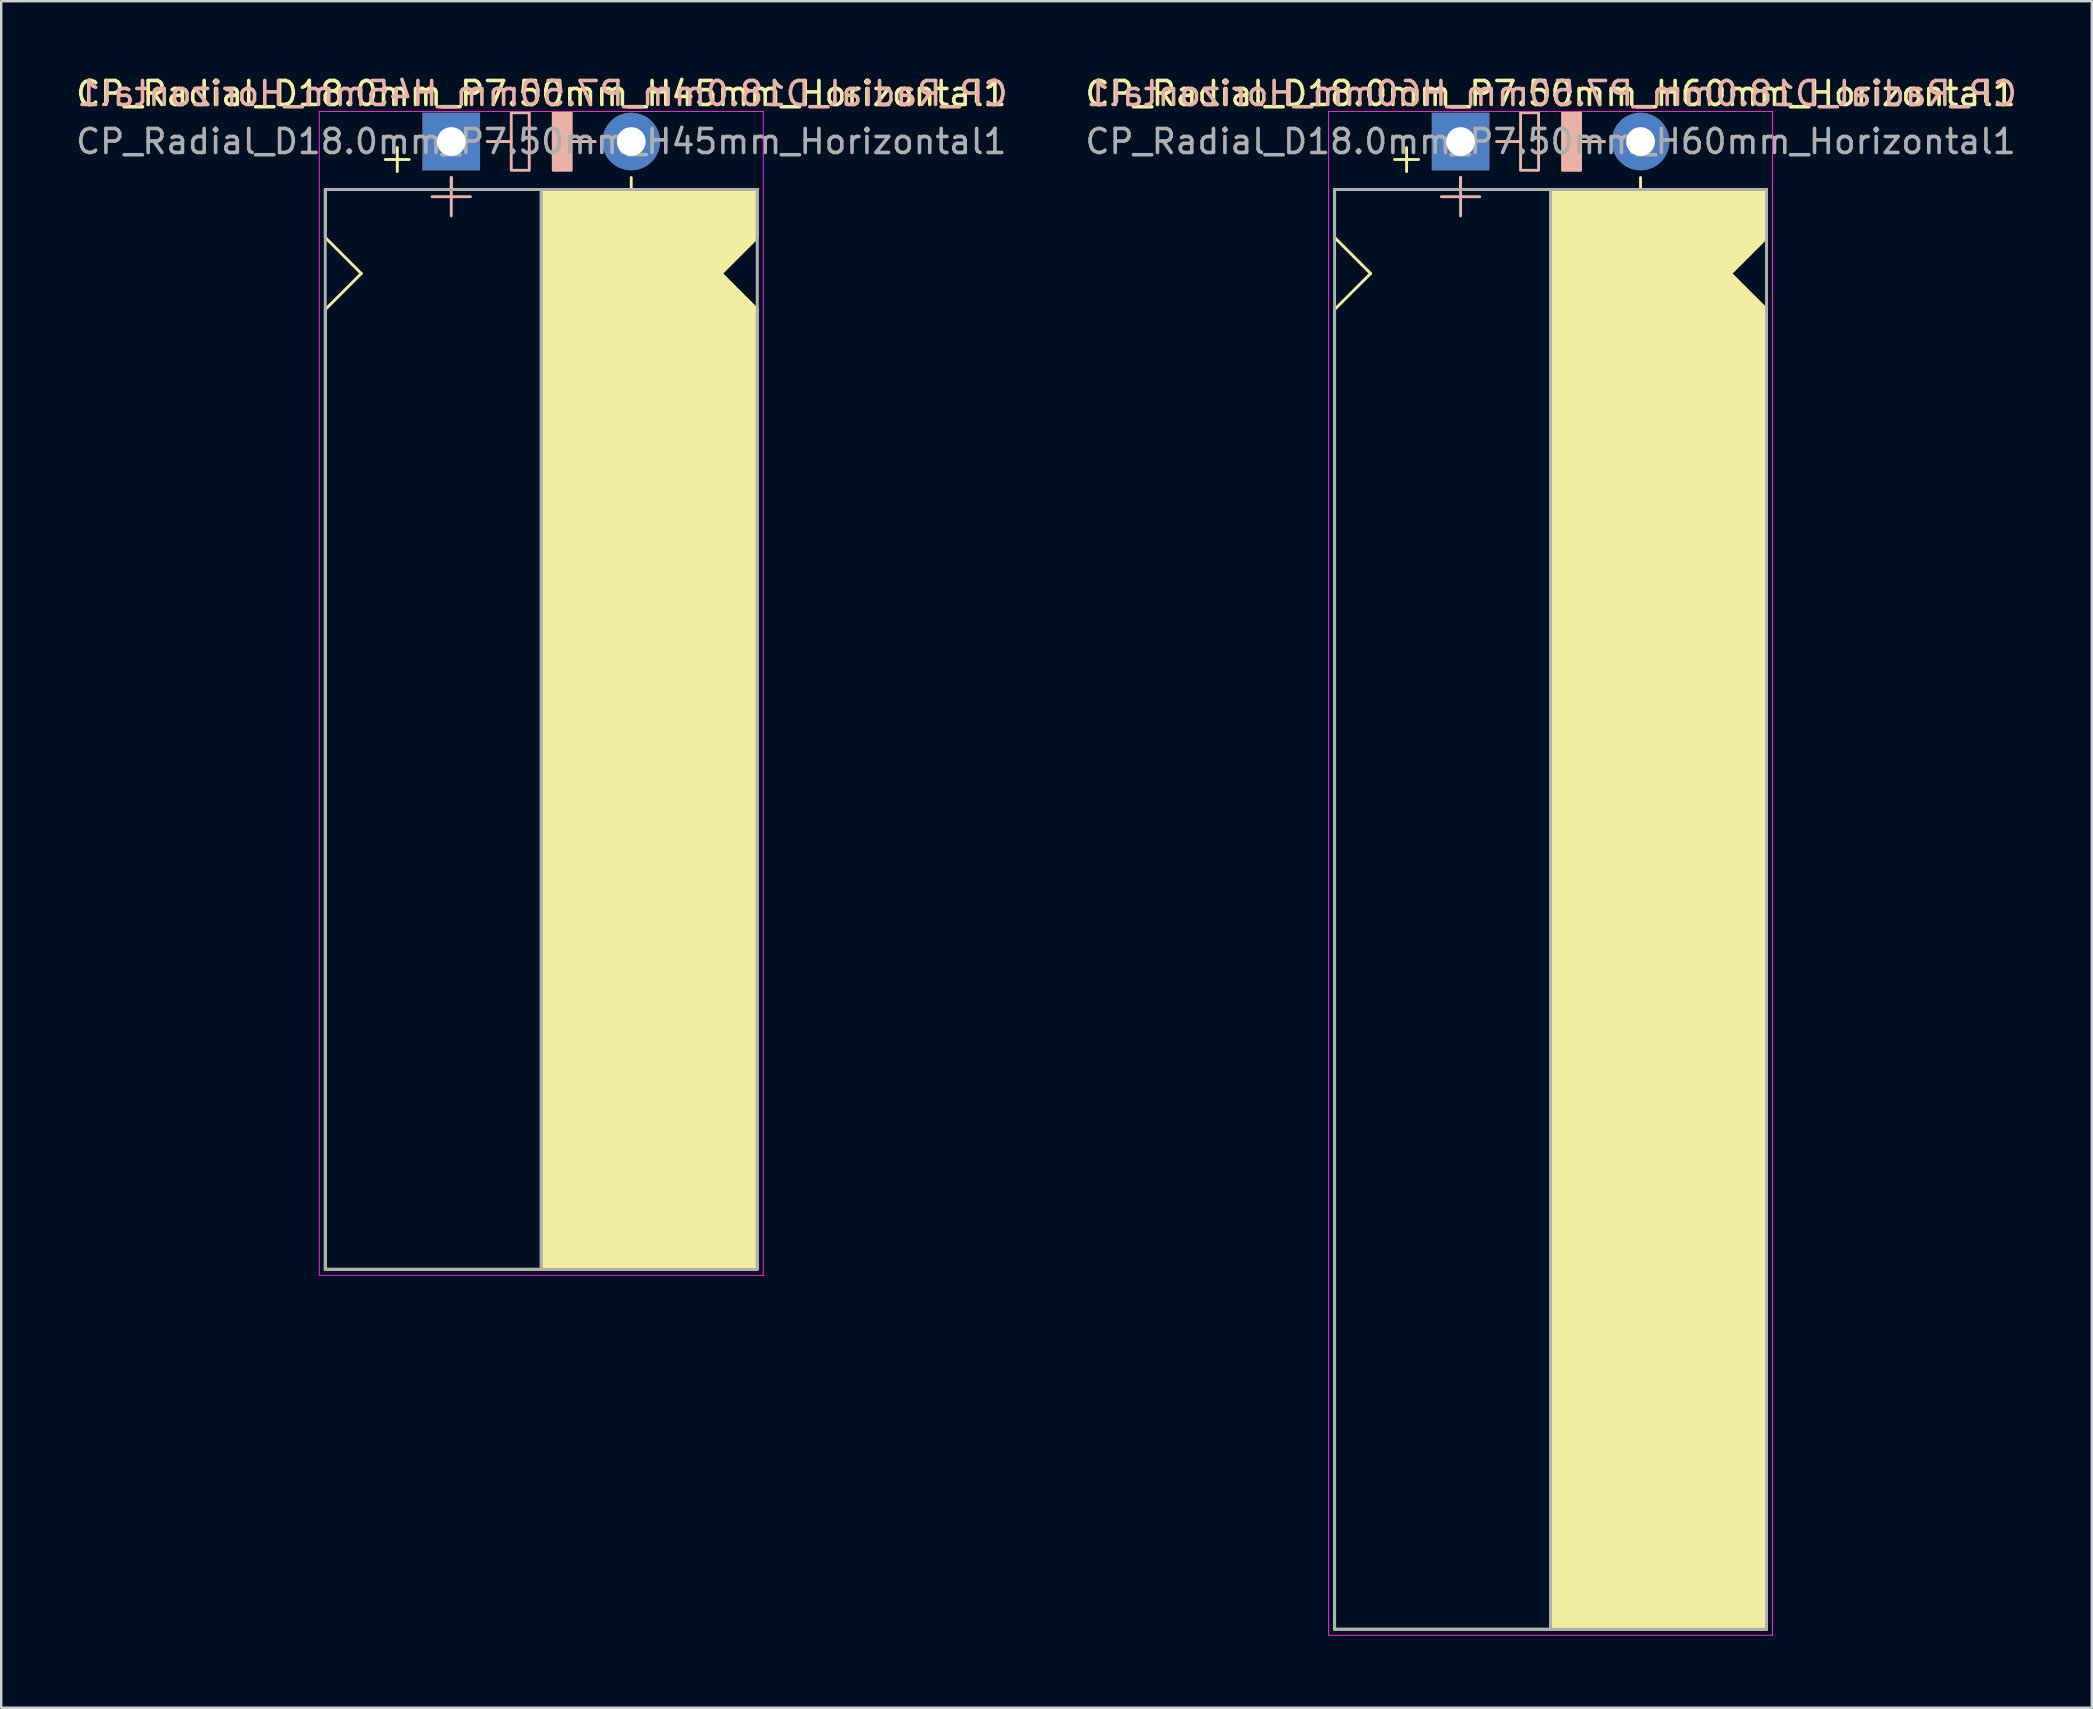
<source format=kicad_pcb>
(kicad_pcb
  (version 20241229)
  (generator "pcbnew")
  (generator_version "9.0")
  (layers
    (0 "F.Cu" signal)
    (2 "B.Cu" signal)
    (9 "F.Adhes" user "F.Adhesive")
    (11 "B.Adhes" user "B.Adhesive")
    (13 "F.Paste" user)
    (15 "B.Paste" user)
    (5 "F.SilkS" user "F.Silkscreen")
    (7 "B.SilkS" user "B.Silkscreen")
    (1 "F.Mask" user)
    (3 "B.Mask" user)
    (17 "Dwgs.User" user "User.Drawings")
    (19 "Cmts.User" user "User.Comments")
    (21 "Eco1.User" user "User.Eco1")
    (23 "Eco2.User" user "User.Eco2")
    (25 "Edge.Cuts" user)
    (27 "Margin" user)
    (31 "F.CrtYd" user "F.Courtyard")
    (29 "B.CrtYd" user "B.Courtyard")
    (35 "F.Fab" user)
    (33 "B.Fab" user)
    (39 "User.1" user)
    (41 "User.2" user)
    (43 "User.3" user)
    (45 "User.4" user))
  (footprint "CP_Radial_D18.0mm_P7.50mm_H45mm_Horizontal1"
    (layer "F.Cu")
    (at 15.756 2.848)
    (property "Reference" "CP_Radial_D18.0mm_P7.50mm_H45mm_Horizontal1" (at 3.75 -2 0) (layer "F.SilkS") (effects (font (size 1 1) (thickness 0.15))))
    (fp_line (start -5.25 2) (end -5.25 4) (stroke (width 0.12) (type solid)) (layer "F.SilkS"))
    (fp_line (start -5.25 2) (end 12.75 2) (stroke (width 0.12) (type solid)) (layer "F.SilkS"))
    (fp_line (start -5.25 4) (end -3.75 5.5) (stroke (width 0.12) (type solid)) (layer "F.SilkS"))
    (fp_line (start -5.25 7) (end -5.25 47) (stroke (width 0.12) (type solid)) (layer "F.SilkS"))
    (fp_line (start -5.25 7) (end -3.75 5.5) (stroke (width 0.12) (type solid)) (layer "F.SilkS"))
    (fp_line (start -5.25 47) (end 12.75 47) (stroke (width 0.12) (type solid)) (layer "F.SilkS"))
    (fp_line (start -2.25 0.25) (end -2.25 1.25) (stroke (width 0.12) (type solid)) (layer "F.SilkS"))
    (fp_line (start -1.75 0.75) (end -2.75 0.75) (stroke (width 0.12) (type solid)) (layer "F.SilkS"))
    (fp_line (start 0 1.5) (end 0 2) (stroke (width 0.12) (type solid)) (layer "F.SilkS"))
    (fp_line (start 3.75 2) (end 3.75 47) (stroke (width 0.12) (type solid)) (layer "F.SilkS"))
    (fp_line (start 7.5 1.5) (end 7.5 2) (stroke (width 0.12) (type solid)) (layer "F.SilkS"))
    (fp_line (start 12.75 2) (end 12.75 4) (stroke (width 0.12) (type solid)) (layer "F.SilkS"))
    (fp_line (start 12.75 4) (end 11.25 5.5) (stroke (width 0.12) (type solid)) (layer "F.SilkS"))
    (fp_line (start 12.75 7) (end 11.25 5.5) (stroke (width 0.12) (type solid)) (layer "F.SilkS"))
    (fp_line (start 12.75 47) (end 12.75 7) (stroke (width 0.12) (type solid)) (layer "F.SilkS"))
    (fp_poly (pts (xy 12.75 4) (xy 11.25 5.5) (xy 12.75 7) (xy 12.75 47) (xy 3.75 47) (xy 3.75 2) (xy 12.75 2)) (stroke (width 0.1) (type solid)) (fill yes) (layer "F.SilkS"))
    (fp_line (start 0 1.5) (end 0 3.1) (stroke (width 0.12) (type solid)) (layer "B.SilkS"))
    (fp_line (start 0.8 2.3) (end -0.8 2.3) (stroke (width 0.12) (type solid)) (layer "B.SilkS"))
    (fp_line (start 2.5 0) (end 1.5 0) (stroke (width 0.12) (type solid)) (layer "B.SilkS"))
    (fp_line (start 6 0) (end 5 0) (stroke (width 0.12) (type solid)) (layer "B.SilkS"))
    (fp_rect (start 2.5 -1.2) (end 3.25 1.2) (stroke (width 0.12) (type solid)) (fill no) (layer "B.SilkS"))
    (fp_rect (start 4.25 -1.2) (end 5 1.2) (stroke (width 0.12) (type solid)) (fill yes) (layer "B.SilkS"))
    (fp_line (start -5.5 -1.25) (end -5.5 47.25) (stroke (width 0.04) (type solid)) (layer "F.CrtYd"))
    (fp_line (start -5.5 47.25) (end 13 47.25) (stroke (width 0.04) (type solid)) (layer "F.CrtYd"))
    (fp_line (start 13 -1.25) (end -5.5 -1.25) (stroke (width 0.04) (type solid)) (layer "F.CrtYd"))
    (fp_line (start 13 47.25) (end 13 -1.25) (stroke (width 0.04) (type solid)) (layer "F.CrtYd"))
    (fp_line (start -5.25 2) (end -5.25 47) (stroke (width 0.12) (type solid)) (layer "F.Fab"))
    (fp_line (start -5.25 47) (end 12.75 47) (stroke (width 0.12) (type solid)) (layer "F.Fab"))
    (fp_line (start 3.75 2) (end 3.75 47) (stroke (width 0.12) (type solid)) (layer "F.Fab"))
    (fp_line (start 12.75 2) (end -5.25 2) (stroke (width 0.12) (type solid)) (layer "F.Fab"))
    (fp_line (start 12.75 47) (end 12.75 2) (stroke (width 0.12) (type solid)) (layer "F.Fab"))
    (fp_poly (pts (xy 12.75 47) (xy 3.75 47) (xy 3.75 2) (xy 12.75 2)) (stroke (width 0.1) (type solid)) (fill no) (layer "F.Fab"))
    (fp_text user "${REFERENCE}" (at 3.8 -2 0) (layer "B.SilkS") (effects (font (size 1 1) (thickness 0.15)) (justify mirror)))
    (fp_text user "${REFERENCE}" (at 3.75 0 0) (layer "F.Fab") (effects (font (size 1 1) (thickness 0.15))))
    (pad "1" thru_hole rect (at 0 0) (size 2.4 2.4) (drill 1.2) (layers "*.Cu" "*.Mask"))
    (pad "2" thru_hole circle (at 7.5 0) (size 2.4 2.4) (drill 1.2) (layers "*.Cu" "*.Mask")))
  (footprint "CP_Radial_D18.0mm_P7.50mm_H60mm_Horizontal1"
    (layer "F.Cu")
    (at 57.818 2.848)
    (property "Reference" "CP_Radial_D18.0mm_P7.50mm_H60mm_Horizontal1" (at 3.75 -2 0) (layer "F.SilkS") (effects (font (size 1 1) (thickness 0.15))))
    (fp_line (start -5.25 2) (end -5.25 4) (stroke (width 0.12) (type solid)) (layer "F.SilkS"))
    (fp_line (start -5.25 2) (end 12.75 2) (stroke (width 0.12) (type solid)) (layer "F.SilkS"))
    (fp_line (start -5.25 4) (end -3.75 5.5) (stroke (width 0.12) (type solid)) (layer "F.SilkS"))
    (fp_line (start -5.25 7) (end -5.25 62) (stroke (width 0.12) (type solid)) (layer "F.SilkS"))
    (fp_line (start -5.25 7) (end -3.75 5.5) (stroke (width 0.12) (type solid)) (layer "F.SilkS"))
    (fp_line (start -5.25 62) (end 12.75 62) (stroke (width 0.12) (type solid)) (layer "F.SilkS"))
    (fp_line (start -2.25 0.25) (end -2.25 1.25) (stroke (width 0.12) (type solid)) (layer "F.SilkS"))
    (fp_line (start -1.75 0.75) (end -2.75 0.75) (stroke (width 0.12) (type solid)) (layer "F.SilkS"))
    (fp_line (start 0 1.5) (end 0 2) (stroke (width 0.12) (type solid)) (layer "F.SilkS"))
    (fp_line (start 3.75 2) (end 3.75 62) (stroke (width 0.12) (type solid)) (layer "F.SilkS"))
    (fp_line (start 7.5 1.5) (end 7.5 2) (stroke (width 0.12) (type solid)) (layer "F.SilkS"))
    (fp_line (start 12.75 2) (end 12.75 4) (stroke (width 0.12) (type solid)) (layer "F.SilkS"))
    (fp_line (start 12.75 4) (end 11.25 5.5) (stroke (width 0.12) (type solid)) (layer "F.SilkS"))
    (fp_line (start 12.75 7) (end 11.25 5.5) (stroke (width 0.12) (type solid)) (layer "F.SilkS"))
    (fp_line (start 12.75 62) (end 12.75 7) (stroke (width 0.12) (type solid)) (layer "F.SilkS"))
    (fp_poly (pts (xy 12.75 4) (xy 11.25 5.5) (xy 12.75 7) (xy 12.75 62) (xy 3.75 62) (xy 3.75 2) (xy 12.75 2)) (stroke (width 0.1) (type solid)) (fill yes) (layer "F.SilkS"))
    (fp_line (start 0 1.5) (end 0 3.1) (stroke (width 0.12) (type solid)) (layer "B.SilkS"))
    (fp_line (start 0.8 2.3) (end -0.8 2.3) (stroke (width 0.12) (type solid)) (layer "B.SilkS"))
    (fp_line (start 2.5 0) (end 1.5 0) (stroke (width 0.12) (type solid)) (layer "B.SilkS"))
    (fp_line (start 6 0) (end 5 0) (stroke (width 0.12) (type solid)) (layer "B.SilkS"))
    (fp_rect (start 2.5 -1.2) (end 3.25 1.2) (stroke (width 0.12) (type solid)) (fill no) (layer "B.SilkS"))
    (fp_rect (start 4.25 -1.2) (end 5 1.2) (stroke (width 0.12) (type solid)) (fill yes) (layer "B.SilkS"))
    (fp_line (start -5.5 -1.25) (end -5.5 62.25) (stroke (width 0.04) (type solid)) (layer "F.CrtYd"))
    (fp_line (start -5.5 62.25) (end 13 62.25) (stroke (width 0.04) (type solid)) (layer "F.CrtYd"))
    (fp_line (start 13 -1.25) (end -5.5 -1.25) (stroke (width 0.04) (type solid)) (layer "F.CrtYd"))
    (fp_line (start 13 62.25) (end 13 -1.25) (stroke (width 0.04) (type solid)) (layer "F.CrtYd"))
    (fp_line (start -5.25 2) (end -5.25 62) (stroke (width 0.12) (type solid)) (layer "F.Fab"))
    (fp_line (start -5.25 62) (end 12.75 62) (stroke (width 0.12) (type solid)) (layer "F.Fab"))
    (fp_line (start 3.75 2) (end 3.75 62) (stroke (width 0.12) (type solid)) (layer "F.Fab"))
    (fp_line (start 12.75 2) (end -5.25 2) (stroke (width 0.12) (type solid)) (layer "F.Fab"))
    (fp_line (start 12.75 62) (end 12.75 2) (stroke (width 0.12) (type solid)) (layer "F.Fab"))
    (fp_poly (pts (xy 12.75 62) (xy 3.75 62) (xy 3.75 2) (xy 12.75 2)) (stroke (width 0.1) (type solid)) (fill no) (layer "F.Fab"))
    (fp_text user "${REFERENCE}" (at 3.8 -2 0) (layer "B.SilkS") (effects (font (size 1 1) (thickness 0.15)) (justify mirror)))
    (fp_text user "${REFERENCE}" (at 3.75 0 0) (layer "F.Fab") (effects (font (size 1 1) (thickness 0.15))))
    (pad "1" thru_hole rect (at 0 0) (size 2.4 2.4) (drill 1.2) (layers "*.Cu" "*.Mask"))
    (pad "2" thru_hole circle (at 7.5 0) (size 2.4 2.4) (drill 1.2) (layers "*.Cu" "*.Mask")))
  (gr_rect
    (start -3 -3)
    (end 84.124 68.118)
    (stroke (width 0.1) (type default))
    (fill no)
    (layer "Edge.Cuts")))
</source>
